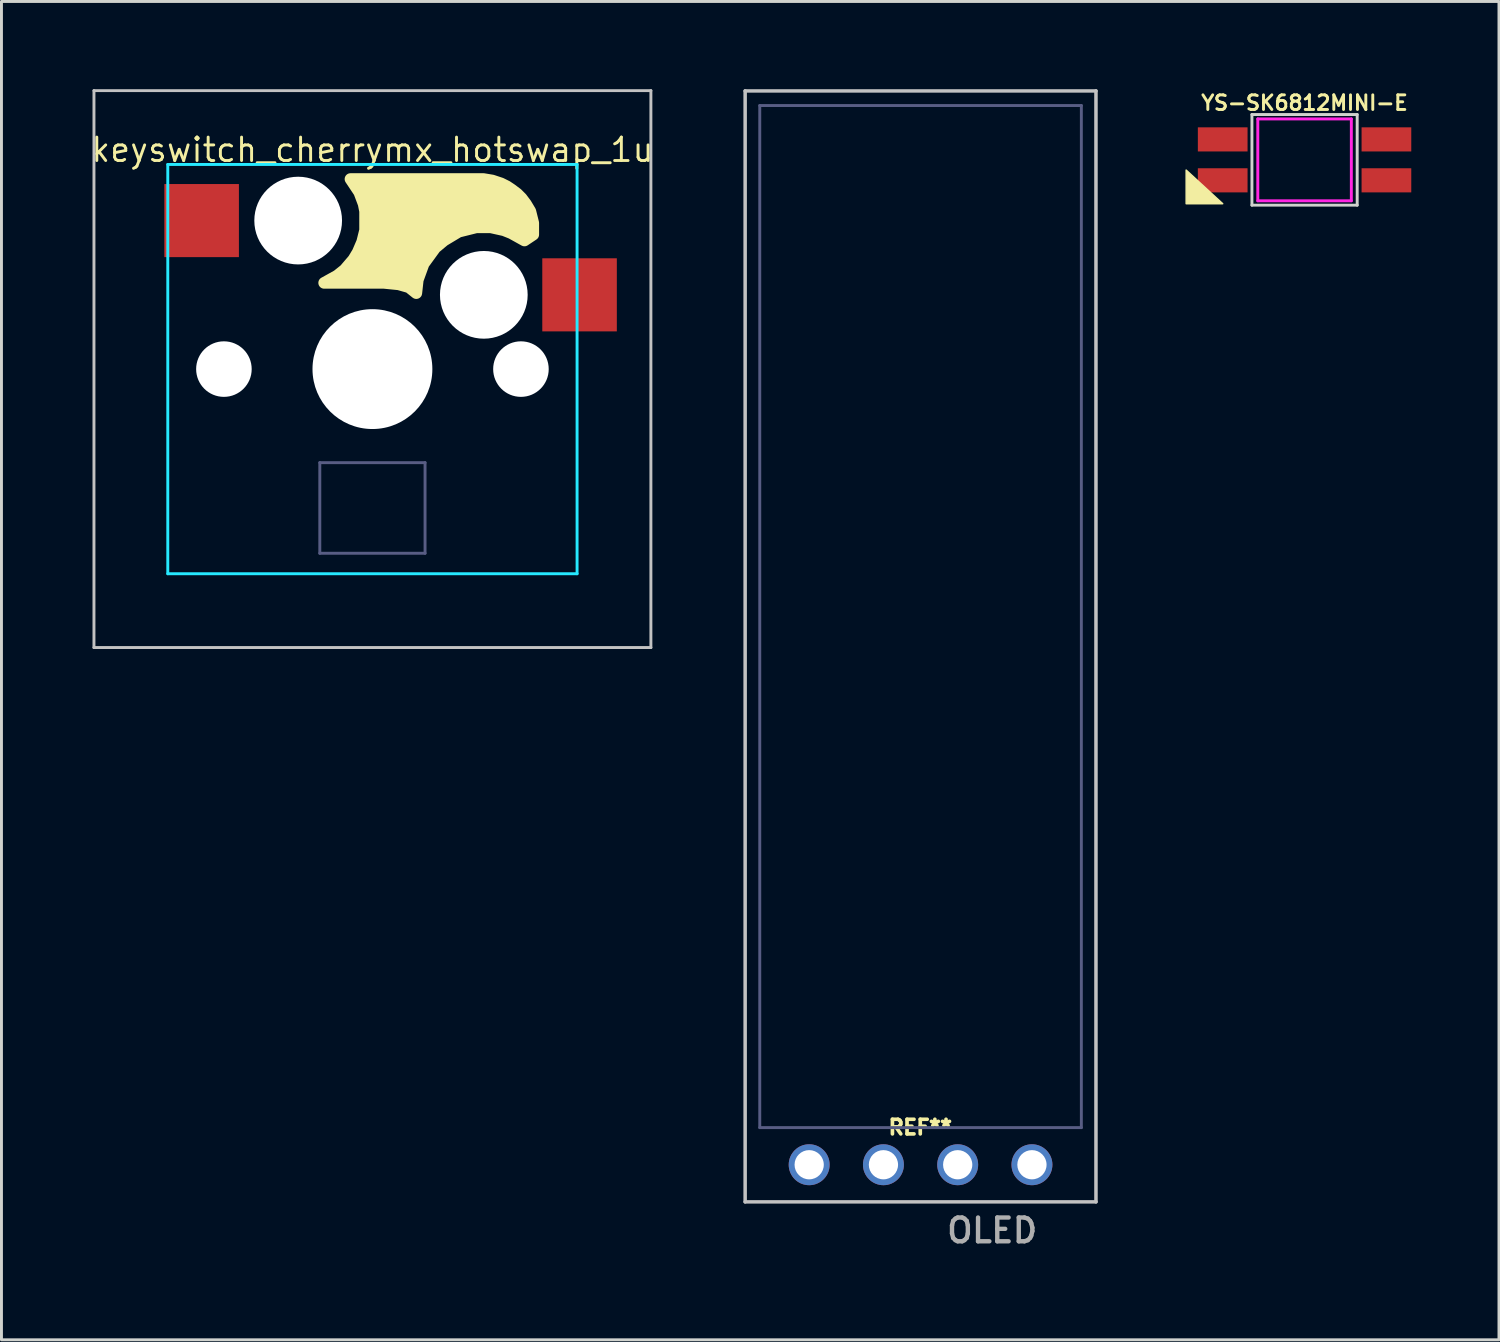
<source format=kicad_pcb>
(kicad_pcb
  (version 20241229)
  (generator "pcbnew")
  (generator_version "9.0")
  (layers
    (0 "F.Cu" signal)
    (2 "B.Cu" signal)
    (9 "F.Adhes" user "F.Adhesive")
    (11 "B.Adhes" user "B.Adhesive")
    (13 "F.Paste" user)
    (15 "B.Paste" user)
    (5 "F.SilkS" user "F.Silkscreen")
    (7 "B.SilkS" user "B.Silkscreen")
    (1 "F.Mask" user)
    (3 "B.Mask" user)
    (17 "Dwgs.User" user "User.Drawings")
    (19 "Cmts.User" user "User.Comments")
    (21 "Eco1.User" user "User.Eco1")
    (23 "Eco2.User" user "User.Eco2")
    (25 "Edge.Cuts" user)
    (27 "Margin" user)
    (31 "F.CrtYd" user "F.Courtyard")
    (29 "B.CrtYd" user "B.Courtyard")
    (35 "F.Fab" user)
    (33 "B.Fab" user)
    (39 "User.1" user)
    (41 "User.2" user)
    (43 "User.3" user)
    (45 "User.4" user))
  (footprint "YS-SK6812MINI-E"
    (layer "F.Cu")
    (at 41.573 2.418)
    (property "Reference" "YS-SK6812MINI-E" (at 0 -1.95 0) (layer "F.SilkS") (effects (font (size 0.5 0.5) (thickness 0.1))))
    (attr smd)
    (fp_poly (pts (xy -4.05 0.35) (xy -4.05 1.5) (xy -2.8 1.5)) (stroke (width 0.05) (type solid)) (fill yes) (layer "F.SilkS"))
    (fp_line (start -1.8 -1.55) (end -1.8 1.55) (stroke (width 0.1) (type solid)) (layer "Edge.Cuts"))
    (fp_line (start -1.8 1.55) (end 1.8 1.55) (stroke (width 0.1) (type solid)) (layer "Edge.Cuts"))
    (fp_line (start 1.8 -1.55) (end -1.8 -1.55) (stroke (width 0.1) (type solid)) (layer "Edge.Cuts"))
    (fp_line (start 1.8 1.55) (end 1.8 -1.55) (stroke (width 0.1) (type solid)) (layer "Edge.Cuts"))
    (fp_line (start -1.6 -1.4) (end -1.6 1.4) (stroke (width 0.1) (type solid)) (layer "F.CrtYd"))
    (fp_line (start -1.6 -1.4) (end 1.6 -1.4) (stroke (width 0.1) (type solid)) (layer "F.CrtYd"))
    (fp_line (start -1.6 1.4) (end 1.6 1.4) (stroke (width 0.1) (type solid)) (layer "F.CrtYd"))
    (fp_line (start 1.6 -1.4) (end 1.6 1.4) (stroke (width 0.1) (type solid)) (layer "F.CrtYd"))
    (pad "1" smd rect (at 2.8 -0.7) (size 1.7 0.825) (layers "F.Cu" "F.Mask" "F.Paste"))
    (pad "2" smd rect (at 2.8 0.7) (size 1.7 0.825) (layers "F.Cu" "F.Mask" "F.Paste"))
    (pad "3" smd rect (at -2.8 0.7) (size 1.7 0.825) (layers "F.Cu" "F.Mask" "F.Paste"))
    (pad "4" smd rect (at -2.8 -0.7) (size 1.7 0.825) (layers "F.Cu" "F.Mask" "F.Paste")))
  (footprint "OLED"
    (layer "F.Cu")
    (at 28.438 36.79)
    (property "Reference" "OLED" (at 2.45 2.25 180) (layer "F.Fab") (effects (font (size 0.813 0.813) (thickness 0.15))))
    (attr through_hole)
    (fp_line (start -6 -36.73) (end 6 -36.73) (stroke (width 0.12) (type solid)) (layer "Dwgs.User"))
    (fp_line (start -6 1.27) (end -6 -36.73) (stroke (width 0.12) (type solid)) (layer "Dwgs.User"))
    (fp_line (start -6 1.27) (end 6 1.27) (stroke (width 0.12) (type solid)) (layer "Dwgs.User"))
    (fp_line (start 6 -36.73) (end 6 1.27) (stroke (width 0.12) (type solid)) (layer "Dwgs.User"))
    (fp_line (start -5.5 -36.23) (end 5.5 -36.23) (stroke (width 0.1) (type default)) (layer "B.Fab"))
    (fp_line (start -5.5 -1.27) (end -5.5 -36.23) (stroke (width 0.1) (type default)) (layer "B.Fab"))
    (fp_line (start 5.5 -1.27) (end -5.5 -1.27) (stroke (width 0.1) (type default)) (layer "B.Fab"))
    (fp_line (start 5.5 -1.27) (end 5.5 -36.23) (stroke (width 0.1) (type default)) (layer "B.Fab"))
    (fp_text user "REF**" (at -0.01 -1.28 0) (layer "F.SilkS") (effects (font (size 0.5 0.5) (thickness 0.125) (bold yes))))
    (pad "1" thru_hole circle (at -3.81 0) (size 1.4 1.4) (drill 1) (layers "*.Cu" "*.Mask"))
    (pad "2" thru_hole circle (at -1.27 0) (size 1.4 1.4) (drill 1) (layers "*.Cu" "*.Mask"))
    (pad "3" thru_hole circle (at 1.27 0) (size 1.4 1.4) (drill 1) (layers "*.Cu" "*.Mask"))
    (pad "4" thru_hole circle (at 3.81 0) (size 1.4 1.4) (drill 1) (layers "*.Cu" "*.Mask")))
  (footprint "keyswitch_cherrymx_hotswap_1u"
    (layer "F.Cu")
    (at 9.689 9.575)
    (property "Reference" "keyswitch_cherrymx_hotswap_1u" (at 0 -7.5 0) (layer "F.SilkS") (effects (font (size 0.8 0.8) (thickness 0.1) (bold yes))))
    (attr smd)
    (fp_poly (pts (xy 3.6 -6.5) (xy 3.8 -6.5) (xy 4.1 -6.45) (xy 4.4 -6.35) (xy 4.6 -6.25) (xy 4.75 -6.15) (xy 4.95 -6) (xy 5.1 -5.85) (xy 5.25 -5.65) (xy 5.4 -5.4) (xy 5.5 -5) (xy 5.5 -4.6) (xy 5.35 -4.5) (xy 5.2 -4.4) (xy 4.75 -4.65) (xy 4.5 -4.75) (xy 4.05 -4.85) (xy 3.55 -4.85) (xy 2.95 -4.7) (xy 2.45 -4.4) (xy 2.15 -4.15) (xy 1.75 -3.6) (xy 1.55 -3.05) (xy 1.5 -2.6) (xy 1.25 -2.8) (xy 0.9 -2.9) (xy 0.4 -2.95) (xy -1.65 -2.95) (xy -1.2 -3.2) (xy -0.95 -3.4) (xy -0.65 -3.75) (xy -0.5 -4) (xy -0.35 -4.35) (xy -0.25 -4.75) (xy -0.25 -5.05) (xy -0.25 -5.4) (xy -0.3 -5.65) (xy -0.45 -6.05) (xy -0.75 -6.5)) (stroke (width 0.4) (type solid)) (fill yes) (layer "F.SilkS"))
    (fp_line (start -9.525 -9.525) (end -9.525 9.525) (stroke (width 0.1) (type solid)) (layer "Dwgs.User"))
    (fp_line (start -9.525 9.525) (end 9.525 9.525) (stroke (width 0.1) (type solid)) (layer "Dwgs.User"))
    (fp_line (start 9.525 -9.525) (end -9.525 -9.525) (stroke (width 0.1) (type solid)) (layer "Dwgs.User"))
    (fp_line (start 9.525 9.525) (end 9.525 -9.525) (stroke (width 0.1) (type solid)) (layer "Dwgs.User"))
    (fp_line (start -7 7) (end -7 -7) (stroke (width 0.1) (type default)) (layer "B.CrtYd"))
    (fp_line (start 7 -7) (end -7 -7) (stroke (width 0.1) (type default)) (layer "B.CrtYd"))
    (fp_line (start 7 -7) (end 7 7) (stroke (width 0.1) (type default)) (layer "B.CrtYd"))
    (fp_line (start 7 7) (end -7 7) (stroke (width 0.1) (type default)) (layer "B.CrtYd"))
    (fp_line (start -1.8 3.2) (end -1.8 6.3) (stroke (width 0.1) (type default)) (layer "B.Fab"))
    (fp_line (start 1.8 3.2) (end -1.8 3.2) (stroke (width 0.1) (type default)) (layer "B.Fab"))
    (fp_line (start 1.8 3.2) (end 1.8 6.3) (stroke (width 0.1) (type default)) (layer "B.Fab"))
    (fp_line (start 1.8 6.3) (end -1.8 6.3) (stroke (width 0.1) (type default)) (layer "B.Fab"))
    (pad "" np_thru_hole circle (at -5.08 0) (size 1.9 1.9) (drill 1.9) (layers "*.Cu" "*.Mask"))
    (pad "" np_thru_hole circle (at -2.54 -5.08) (size 3 3) (drill 3) (layers "*.Cu" "*.Mask"))
    (pad "" np_thru_hole circle (at 0 0 270) (size 4.1 4.1) (drill 4.1) (layers "*.Cu" "*.Mask"))
    (pad "" np_thru_hole circle (at 3.81 -2.54) (size 3 3) (drill 3) (layers "*.Cu" "*.Mask"))
    (pad "" np_thru_hole circle (at 5.08 0) (size 1.9 1.9) (drill 1.9) (layers "*.Cu" "*.Mask"))
    (pad "1" smd rect (at 7.085 -2.54 180) (size 2.55 2.5) (layers "F.Cu" "F.Mask" "F.Paste"))
    (pad "2" smd rect (at -5.842 -5.08 180) (size 2.55 2.5) (layers "F.Cu" "F.Mask" "F.Paste")))
  (gr_rect
    (start -3 -3)
    (end 48.223 42.779)
    (stroke (width 0.1) (type default))
    (fill no)
    (layer "Edge.Cuts")))
</source>
